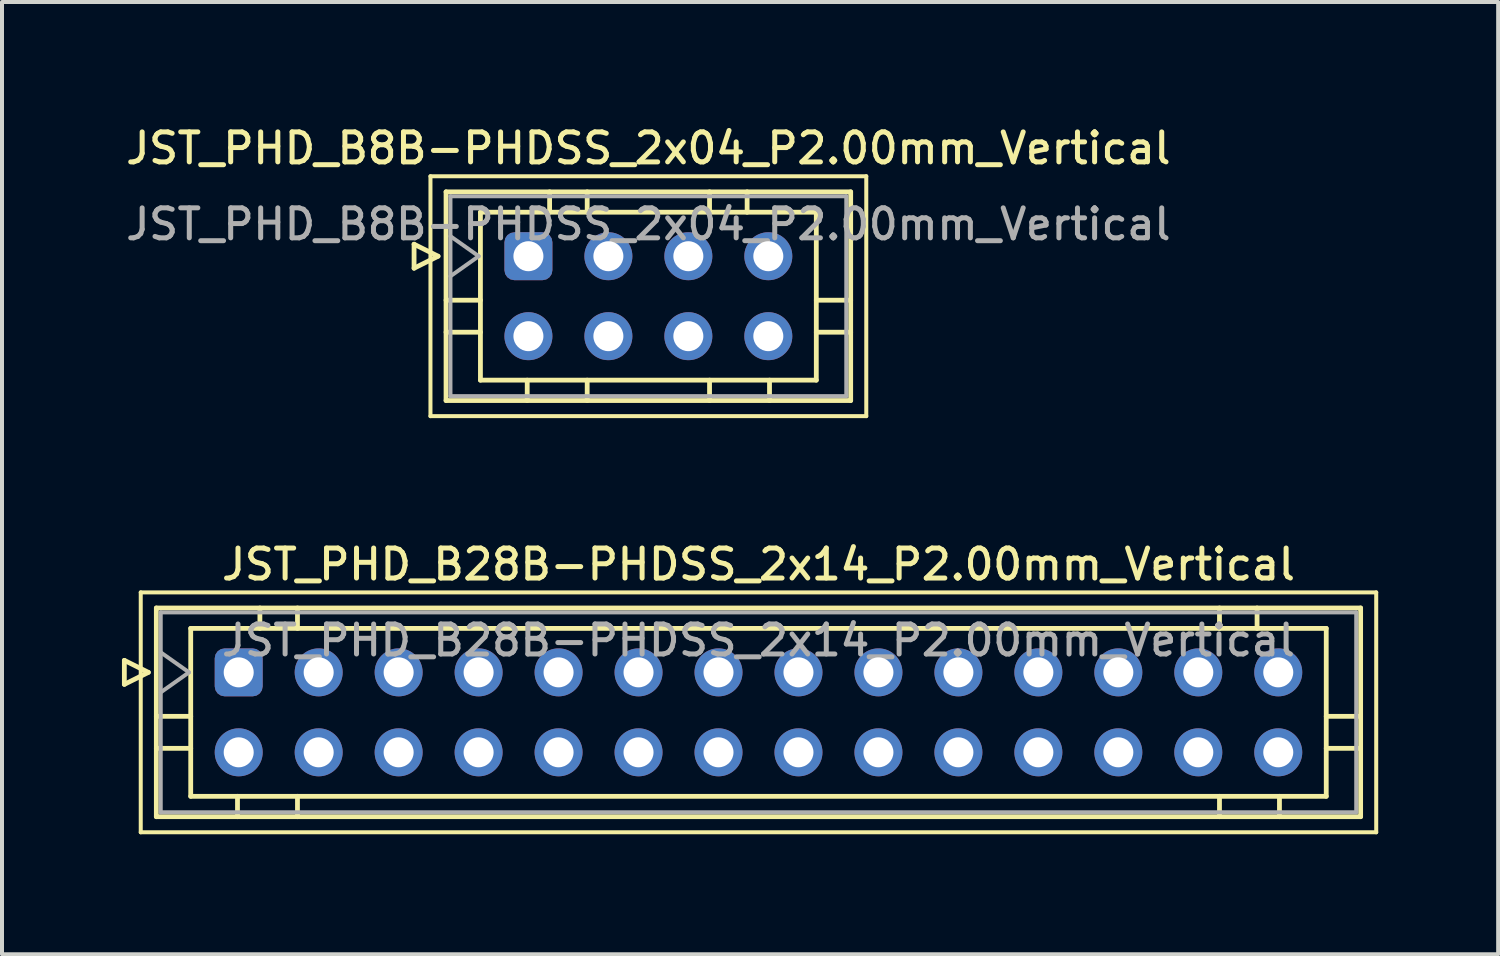
<source format=kicad_pcb>
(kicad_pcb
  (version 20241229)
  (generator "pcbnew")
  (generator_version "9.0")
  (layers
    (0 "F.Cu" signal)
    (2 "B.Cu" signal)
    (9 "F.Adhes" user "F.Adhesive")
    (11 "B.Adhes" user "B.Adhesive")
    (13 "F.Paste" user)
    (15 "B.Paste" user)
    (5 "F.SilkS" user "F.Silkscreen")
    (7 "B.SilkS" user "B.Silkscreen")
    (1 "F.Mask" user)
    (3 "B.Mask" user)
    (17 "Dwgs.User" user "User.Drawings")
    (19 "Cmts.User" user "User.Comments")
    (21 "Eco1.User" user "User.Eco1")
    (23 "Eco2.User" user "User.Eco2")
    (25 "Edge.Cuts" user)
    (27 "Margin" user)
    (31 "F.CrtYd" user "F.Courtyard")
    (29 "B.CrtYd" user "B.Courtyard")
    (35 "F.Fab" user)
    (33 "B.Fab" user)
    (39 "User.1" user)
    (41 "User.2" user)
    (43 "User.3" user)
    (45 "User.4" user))
  (footprint "JST_PHD_B28B-PHDSS_2x14_P2.00mm_Vertical"
    (layer "F.Cu")
    (at 2.92 13.766)
    (property "Reference" "JST_PHD_B28B-PHDSS_2x14_P2.00mm_Vertical" (at 13 -2.7 0) (layer "F.SilkS") (effects (font (size 0.75 0.75) (thickness 0.125))))
    (attr through_hole)
    (fp_line (start -2.86 -0.3) (end -2.26 0) (stroke (width 0.12) (type solid)) (layer "F.SilkS"))
    (fp_line (start -2.86 0.3) (end -2.86 -0.3) (stroke (width 0.12) (type solid)) (layer "F.SilkS"))
    (fp_line (start -2.45 -2) (end -2.45 4) (stroke (width 0.1) (type solid)) (layer "F.SilkS"))
    (fp_line (start -2.45 4) (end 28.45 4) (stroke (width 0.1) (type solid)) (layer "F.SilkS"))
    (fp_line (start -2.26 0) (end -2.86 0.3) (stroke (width 0.12) (type solid)) (layer "F.SilkS"))
    (fp_line (start -2.06 -1.61) (end -2.06 3.61) (stroke (width 0.12) (type solid)) (layer "F.SilkS"))
    (fp_line (start -2.06 1.1) (end -1.2 1.1) (stroke (width 0.12) (type solid)) (layer "F.SilkS"))
    (fp_line (start -2.06 1.9) (end -1.2 1.9) (stroke (width 0.12) (type solid)) (layer "F.SilkS"))
    (fp_line (start -2.06 3.61) (end 28.06 3.61) (stroke (width 0.12) (type solid)) (layer "F.SilkS"))
    (fp_line (start -1.2 -1.1) (end -1.2 3.1) (stroke (width 0.12) (type solid)) (layer "F.SilkS"))
    (fp_line (start -1.2 3.1) (end 27.2 3.1) (stroke (width 0.12) (type solid)) (layer "F.SilkS"))
    (fp_line (start -0.03 3.61) (end -0.03 3.1) (stroke (width 0.12) (type solid)) (layer "F.SilkS"))
    (fp_line (start 0.53 -1.61) (end 0.53 -1.1) (stroke (width 0.12) (type solid)) (layer "F.SilkS"))
    (fp_line (start 1.47 -1.61) (end 1.47 -1.1) (stroke (width 0.12) (type solid)) (layer "F.SilkS"))
    (fp_line (start 1.47 3.61) (end 1.47 3.1) (stroke (width 0.12) (type solid)) (layer "F.SilkS"))
    (fp_line (start 24.53 -1.61) (end 24.53 -1.1) (stroke (width 0.12) (type solid)) (layer "F.SilkS"))
    (fp_line (start 24.53 3.61) (end 24.53 3.1) (stroke (width 0.12) (type solid)) (layer "F.SilkS"))
    (fp_line (start 25.47 -1.61) (end 25.47 -1.1) (stroke (width 0.12) (type solid)) (layer "F.SilkS"))
    (fp_line (start 26.03 3.61) (end 26.03 3.1) (stroke (width 0.12) (type solid)) (layer "F.SilkS"))
    (fp_line (start 27.2 -1.1) (end -1.2 -1.1) (stroke (width 0.12) (type solid)) (layer "F.SilkS"))
    (fp_line (start 27.2 3.1) (end 27.2 -1.1) (stroke (width 0.12) (type solid)) (layer "F.SilkS"))
    (fp_line (start 28.06 -1.61) (end -2.06 -1.61) (stroke (width 0.12) (type solid)) (layer "F.SilkS"))
    (fp_line (start 28.06 1.1) (end 27.2 1.1) (stroke (width 0.12) (type solid)) (layer "F.SilkS"))
    (fp_line (start 28.06 1.9) (end 27.2 1.9) (stroke (width 0.12) (type solid)) (layer "F.SilkS"))
    (fp_line (start 28.06 3.61) (end 28.06 -1.61) (stroke (width 0.12) (type solid)) (layer "F.SilkS"))
    (fp_line (start 28.45 -2) (end -2.45 -2) (stroke (width 0.1) (type solid)) (layer "F.SilkS"))
    (fp_line (start 28.45 4) (end 28.45 -2) (stroke (width 0.1) (type solid)) (layer "F.SilkS"))
    (fp_line (start -1.95 -1.5) (end -1.95 3.5) (stroke (width 0.1) (type solid)) (layer "F.Fab"))
    (fp_line (start -1.95 0.5) (end -1.243 0) (stroke (width 0.1) (type solid)) (layer "F.Fab"))
    (fp_line (start -1.95 3.5) (end 27.95 3.5) (stroke (width 0.1) (type solid)) (layer "F.Fab"))
    (fp_line (start -1.243 0) (end -1.95 -0.5) (stroke (width 0.1) (type solid)) (layer "F.Fab"))
    (fp_line (start 27.95 -1.5) (end -1.95 -1.5) (stroke (width 0.1) (type solid)) (layer "F.Fab"))
    (fp_line (start 27.95 3.5) (end 27.95 -1.5) (stroke (width 0.1) (type solid)) (layer "F.Fab"))
    (fp_text user "${REFERENCE}" (at 13 -0.8 0) (layer "F.Fab") (effects (font (size 0.75 0.75) (thickness 0.125))))
    (pad "1" thru_hole roundrect (at 0 0) (size 1.2 1.2) (drill 0.75) (layers "*.Cu" "*.Mask") (roundrect_rratio 0.208))
    (pad "2" thru_hole circle (at 0 2) (size 1.2 1.2) (drill 0.75) (layers "*.Cu" "*.Mask"))
    (pad "3" thru_hole circle (at 2 0) (size 1.2 1.2) (drill 0.75) (layers "*.Cu" "*.Mask"))
    (pad "4" thru_hole circle (at 2 2) (size 1.2 1.2) (drill 0.75) (layers "*.Cu" "*.Mask"))
    (pad "5" thru_hole circle (at 4 0) (size 1.2 1.2) (drill 0.75) (layers "*.Cu" "*.Mask"))
    (pad "6" thru_hole circle (at 4 2) (size 1.2 1.2) (drill 0.75) (layers "*.Cu" "*.Mask"))
    (pad "7" thru_hole circle (at 6 0) (size 1.2 1.2) (drill 0.75) (layers "*.Cu" "*.Mask"))
    (pad "8" thru_hole circle (at 6 2) (size 1.2 1.2) (drill 0.75) (layers "*.Cu" "*.Mask"))
    (pad "9" thru_hole circle (at 8 0) (size 1.2 1.2) (drill 0.75) (layers "*.Cu" "*.Mask"))
    (pad "10" thru_hole circle (at 8 2) (size 1.2 1.2) (drill 0.75) (layers "*.Cu" "*.Mask"))
    (pad "11" thru_hole circle (at 10 0) (size 1.2 1.2) (drill 0.75) (layers "*.Cu" "*.Mask"))
    (pad "12" thru_hole circle (at 10 2) (size 1.2 1.2) (drill 0.75) (layers "*.Cu" "*.Mask"))
    (pad "13" thru_hole circle (at 12 0) (size 1.2 1.2) (drill 0.75) (layers "*.Cu" "*.Mask"))
    (pad "14" thru_hole circle (at 12 2) (size 1.2 1.2) (drill 0.75) (layers "*.Cu" "*.Mask"))
    (pad "15" thru_hole circle (at 14 0) (size 1.2 1.2) (drill 0.75) (layers "*.Cu" "*.Mask"))
    (pad "16" thru_hole circle (at 14 2) (size 1.2 1.2) (drill 0.75) (layers "*.Cu" "*.Mask"))
    (pad "17" thru_hole circle (at 16 0) (size 1.2 1.2) (drill 0.75) (layers "*.Cu" "*.Mask"))
    (pad "18" thru_hole circle (at 16 2) (size 1.2 1.2) (drill 0.75) (layers "*.Cu" "*.Mask"))
    (pad "19" thru_hole circle (at 18 0) (size 1.2 1.2) (drill 0.75) (layers "*.Cu" "*.Mask"))
    (pad "20" thru_hole circle (at 18 2) (size 1.2 1.2) (drill 0.75) (layers "*.Cu" "*.Mask"))
    (pad "21" thru_hole circle (at 20 0) (size 1.2 1.2) (drill 0.75) (layers "*.Cu" "*.Mask"))
    (pad "22" thru_hole circle (at 20 2) (size 1.2 1.2) (drill 0.75) (layers "*.Cu" "*.Mask"))
    (pad "23" thru_hole circle (at 22 0) (size 1.2 1.2) (drill 0.75) (layers "*.Cu" "*.Mask"))
    (pad "24" thru_hole circle (at 22 2) (size 1.2 1.2) (drill 0.75) (layers "*.Cu" "*.Mask"))
    (pad "25" thru_hole circle (at 24 0) (size 1.2 1.2) (drill 0.75) (layers "*.Cu" "*.Mask"))
    (pad "26" thru_hole circle (at 24 2) (size 1.2 1.2) (drill 0.75) (layers "*.Cu" "*.Mask"))
    (pad "27" thru_hole circle (at 26 0) (size 1.2 1.2) (drill 0.75) (layers "*.Cu" "*.Mask"))
    (pad "28" thru_hole circle (at 26 2) (size 1.2 1.2) (drill 0.75) (layers "*.Cu" "*.Mask")))
  (footprint "JST_PHD_B8B-PHDSS_2x04_P2.00mm_Vertical"
    (layer "F.Cu")
    (at 10.166 3.358)
    (property "Reference" "JST_PHD_B8B-PHDSS_2x04_P2.00mm_Vertical" (at 3 -2.7 0) (layer "F.SilkS") (effects (font (size 0.75 0.75) (thickness 0.125))))
    (attr through_hole)
    (fp_line (start -2.86 -0.3) (end -2.26 0) (stroke (width 0.12) (type solid)) (layer "F.SilkS"))
    (fp_line (start -2.86 0.3) (end -2.86 -0.3) (stroke (width 0.12) (type solid)) (layer "F.SilkS"))
    (fp_line (start -2.45 -2) (end -2.45 4) (stroke (width 0.1) (type solid)) (layer "F.SilkS"))
    (fp_line (start -2.45 4) (end 8.45 4) (stroke (width 0.1) (type solid)) (layer "F.SilkS"))
    (fp_line (start -2.26 0) (end -2.86 0.3) (stroke (width 0.12) (type solid)) (layer "F.SilkS"))
    (fp_line (start -2.06 -1.61) (end -2.06 3.61) (stroke (width 0.12) (type solid)) (layer "F.SilkS"))
    (fp_line (start -2.06 1.1) (end -1.2 1.1) (stroke (width 0.12) (type solid)) (layer "F.SilkS"))
    (fp_line (start -2.06 1.9) (end -1.2 1.9) (stroke (width 0.12) (type solid)) (layer "F.SilkS"))
    (fp_line (start -2.06 3.61) (end 8.06 3.61) (stroke (width 0.12) (type solid)) (layer "F.SilkS"))
    (fp_line (start -1.2 -1.1) (end -1.2 3.1) (stroke (width 0.12) (type solid)) (layer "F.SilkS"))
    (fp_line (start -1.2 3.1) (end 7.2 3.1) (stroke (width 0.12) (type solid)) (layer "F.SilkS"))
    (fp_line (start -0.03 3.61) (end -0.03 3.1) (stroke (width 0.12) (type solid)) (layer "F.SilkS"))
    (fp_line (start 0.53 -1.61) (end 0.53 -1.1) (stroke (width 0.12) (type solid)) (layer "F.SilkS"))
    (fp_line (start 1.47 -1.61) (end 1.47 -1.1) (stroke (width 0.12) (type solid)) (layer "F.SilkS"))
    (fp_line (start 1.47 3.61) (end 1.47 3.1) (stroke (width 0.12) (type solid)) (layer "F.SilkS"))
    (fp_line (start 4.53 -1.61) (end 4.53 -1.1) (stroke (width 0.12) (type solid)) (layer "F.SilkS"))
    (fp_line (start 4.53 3.61) (end 4.53 3.1) (stroke (width 0.12) (type solid)) (layer "F.SilkS"))
    (fp_line (start 5.47 -1.61) (end 5.47 -1.1) (stroke (width 0.12) (type solid)) (layer "F.SilkS"))
    (fp_line (start 6.03 3.61) (end 6.03 3.1) (stroke (width 0.12) (type solid)) (layer "F.SilkS"))
    (fp_line (start 7.2 -1.1) (end -1.2 -1.1) (stroke (width 0.12) (type solid)) (layer "F.SilkS"))
    (fp_line (start 7.2 3.1) (end 7.2 -1.1) (stroke (width 0.12) (type solid)) (layer "F.SilkS"))
    (fp_line (start 8.06 -1.61) (end -2.06 -1.61) (stroke (width 0.12) (type solid)) (layer "F.SilkS"))
    (fp_line (start 8.06 1.1) (end 7.2 1.1) (stroke (width 0.12) (type solid)) (layer "F.SilkS"))
    (fp_line (start 8.06 1.9) (end 7.2 1.9) (stroke (width 0.12) (type solid)) (layer "F.SilkS"))
    (fp_line (start 8.06 3.61) (end 8.06 -1.61) (stroke (width 0.12) (type solid)) (layer "F.SilkS"))
    (fp_line (start 8.45 -2) (end -2.45 -2) (stroke (width 0.1) (type solid)) (layer "F.SilkS"))
    (fp_line (start 8.45 4) (end 8.45 -2) (stroke (width 0.1) (type solid)) (layer "F.SilkS"))
    (fp_line (start -1.95 -1.5) (end -1.95 3.5) (stroke (width 0.1) (type solid)) (layer "F.Fab"))
    (fp_line (start -1.95 0.5) (end -1.243 0) (stroke (width 0.1) (type solid)) (layer "F.Fab"))
    (fp_line (start -1.95 3.5) (end 7.95 3.5) (stroke (width 0.1) (type solid)) (layer "F.Fab"))
    (fp_line (start -1.243 0) (end -1.95 -0.5) (stroke (width 0.1) (type solid)) (layer "F.Fab"))
    (fp_line (start 7.95 -1.5) (end -1.95 -1.5) (stroke (width 0.1) (type solid)) (layer "F.Fab"))
    (fp_line (start 7.95 3.5) (end 7.95 -1.5) (stroke (width 0.1) (type solid)) (layer "F.Fab"))
    (fp_text user "${REFERENCE}" (at 3 -0.8 0) (layer "F.Fab") (effects (font (size 0.75 0.75) (thickness 0.125))))
    (pad "1" thru_hole roundrect (at 0 0) (size 1.2 1.2) (drill 0.75) (layers "*.Cu" "*.Mask") (roundrect_rratio 0.208))
    (pad "2" thru_hole circle (at 0 2) (size 1.2 1.2) (drill 0.75) (layers "*.Cu" "*.Mask"))
    (pad "3" thru_hole circle (at 2 0) (size 1.2 1.2) (drill 0.75) (layers "*.Cu" "*.Mask"))
    (pad "4" thru_hole circle (at 2 2) (size 1.2 1.2) (drill 0.75) (layers "*.Cu" "*.Mask"))
    (pad "5" thru_hole circle (at 4 0) (size 1.2 1.2) (drill 0.75) (layers "*.Cu" "*.Mask"))
    (pad "6" thru_hole circle (at 4 2) (size 1.2 1.2) (drill 0.75) (layers "*.Cu" "*.Mask"))
    (pad "7" thru_hole circle (at 6 0) (size 1.2 1.2) (drill 0.75) (layers "*.Cu" "*.Mask"))
    (pad "8" thru_hole circle (at 6 2) (size 1.2 1.2) (drill 0.75) (layers "*.Cu" "*.Mask")))
  (gr_rect
    (start -3 -3)
    (end 34.42 20.816)
    (stroke (width 0.1) (type default))
    (fill no)
    (layer "Edge.Cuts")))
</source>
